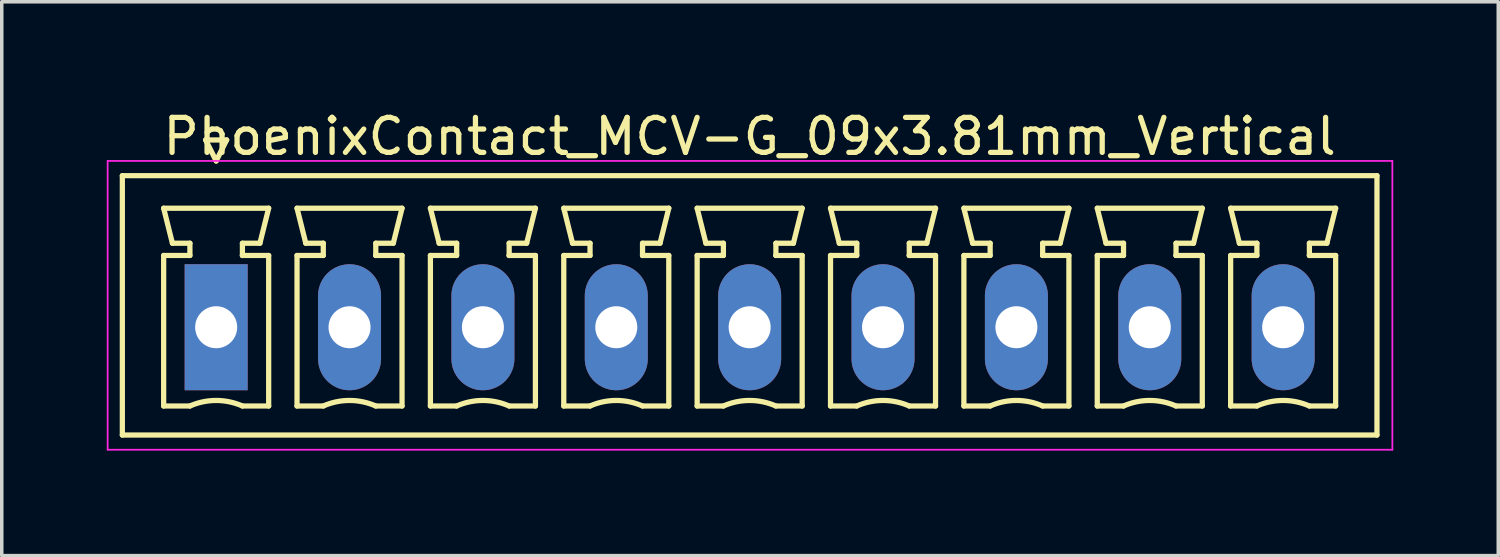
<source format=kicad_pcb>
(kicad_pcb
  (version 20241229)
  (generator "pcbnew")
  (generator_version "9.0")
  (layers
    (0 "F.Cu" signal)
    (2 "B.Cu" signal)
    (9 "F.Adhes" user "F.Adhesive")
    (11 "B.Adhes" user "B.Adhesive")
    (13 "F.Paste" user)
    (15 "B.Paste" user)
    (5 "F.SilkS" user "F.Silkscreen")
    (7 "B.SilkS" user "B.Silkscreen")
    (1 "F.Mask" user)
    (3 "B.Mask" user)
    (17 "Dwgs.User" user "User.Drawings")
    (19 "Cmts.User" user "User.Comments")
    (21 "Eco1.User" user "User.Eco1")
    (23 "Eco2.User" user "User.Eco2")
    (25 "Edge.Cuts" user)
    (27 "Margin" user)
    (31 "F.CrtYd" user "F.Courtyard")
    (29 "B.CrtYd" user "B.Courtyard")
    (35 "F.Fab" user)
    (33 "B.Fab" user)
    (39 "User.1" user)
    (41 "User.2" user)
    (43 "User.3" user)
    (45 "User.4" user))
  (footprint "PhoenixContact_MCV-G_09x3.81mm_Vertical"
    (layer "F.Cu")
    (at 3.125 6.298)
    (property "Reference" "PhoenixContact_MCV-G_09x3.81mm_Vertical" (at 15.24 -5.45 0) (layer "F.SilkS") (effects (font (size 1 1) (thickness 0.15))))
    (attr through_hole)
    (fp_line (start -2.68 -4.33) (end -2.68 3.08) (stroke (width 0.15) (type solid)) (layer "F.SilkS"))
    (fp_line (start -2.68 3.08) (end 33.16 3.08) (stroke (width 0.15) (type solid)) (layer "F.SilkS"))
    (fp_line (start -1.5 -3.4) (end 1.5 -3.4) (stroke (width 0.15) (type solid)) (layer "F.SilkS"))
    (fp_line (start -1.5 -2.05) (end -0.75 -2.05) (stroke (width 0.15) (type solid)) (layer "F.SilkS"))
    (fp_line (start -1.5 2.25) (end -1.5 -2.05) (stroke (width 0.15) (type solid)) (layer "F.SilkS"))
    (fp_line (start -1.25 -2.4) (end -1.5 -3.4) (stroke (width 0.15) (type solid)) (layer "F.SilkS"))
    (fp_line (start -0.75 -2.4) (end -1.25 -2.4) (stroke (width 0.15) (type solid)) (layer "F.SilkS"))
    (fp_line (start -0.75 -2.05) (end -0.75 -2.4) (stroke (width 0.15) (type solid)) (layer "F.SilkS"))
    (fp_line (start -0.75 2.25) (end -1.5 2.25) (stroke (width 0.15) (type solid)) (layer "F.SilkS"))
    (fp_line (start -0.3 -5.35) (end 0 -4.75) (stroke (width 0.15) (type solid)) (layer "F.SilkS"))
    (fp_line (start 0 -4.75) (end 0.3 -5.35) (stroke (width 0.15) (type solid)) (layer "F.SilkS"))
    (fp_line (start 0.3 -5.35) (end -0.3 -5.35) (stroke (width 0.15) (type solid)) (layer "F.SilkS"))
    (fp_line (start 0.75 -2.4) (end 0.75 -2.05) (stroke (width 0.15) (type solid)) (layer "F.SilkS"))
    (fp_line (start 0.75 -2.05) (end 0.75 -2.05) (stroke (width 0.15) (type solid)) (layer "F.SilkS"))
    (fp_line (start 0.75 -2.05) (end 1.5 -2.05) (stroke (width 0.15) (type solid)) (layer "F.SilkS"))
    (fp_line (start 1.25 -2.4) (end 0.75 -2.4) (stroke (width 0.15) (type solid)) (layer "F.SilkS"))
    (fp_line (start 1.5 -3.4) (end 1.25 -2.4) (stroke (width 0.15) (type solid)) (layer "F.SilkS"))
    (fp_line (start 1.5 -2.05) (end 1.5 2.25) (stroke (width 0.15) (type solid)) (layer "F.SilkS"))
    (fp_line (start 1.5 2.25) (end 0.75 2.25) (stroke (width 0.15) (type solid)) (layer "F.SilkS"))
    (fp_line (start 2.31 -3.4) (end 5.31 -3.4) (stroke (width 0.15) (type solid)) (layer "F.SilkS"))
    (fp_line (start 2.31 -2.05) (end 3.06 -2.05) (stroke (width 0.15) (type solid)) (layer "F.SilkS"))
    (fp_line (start 2.31 2.25) (end 2.31 -2.05) (stroke (width 0.15) (type solid)) (layer "F.SilkS"))
    (fp_line (start 2.56 -2.4) (end 2.31 -3.4) (stroke (width 0.15) (type solid)) (layer "F.SilkS"))
    (fp_line (start 3.06 -2.4) (end 2.56 -2.4) (stroke (width 0.15) (type solid)) (layer "F.SilkS"))
    (fp_line (start 3.06 -2.05) (end 3.06 -2.4) (stroke (width 0.15) (type solid)) (layer "F.SilkS"))
    (fp_line (start 3.06 2.25) (end 2.31 2.25) (stroke (width 0.15) (type solid)) (layer "F.SilkS"))
    (fp_line (start 4.56 -2.4) (end 4.56 -2.05) (stroke (width 0.15) (type solid)) (layer "F.SilkS"))
    (fp_line (start 4.56 -2.05) (end 4.56 -2.05) (stroke (width 0.15) (type solid)) (layer "F.SilkS"))
    (fp_line (start 4.56 -2.05) (end 5.31 -2.05) (stroke (width 0.15) (type solid)) (layer "F.SilkS"))
    (fp_line (start 5.06 -2.4) (end 4.56 -2.4) (stroke (width 0.15) (type solid)) (layer "F.SilkS"))
    (fp_line (start 5.31 -3.4) (end 5.06 -2.4) (stroke (width 0.15) (type solid)) (layer "F.SilkS"))
    (fp_line (start 5.31 -2.05) (end 5.31 2.25) (stroke (width 0.15) (type solid)) (layer "F.SilkS"))
    (fp_line (start 5.31 2.25) (end 4.56 2.25) (stroke (width 0.15) (type solid)) (layer "F.SilkS"))
    (fp_line (start 6.12 -3.4) (end 9.12 -3.4) (stroke (width 0.15) (type solid)) (layer "F.SilkS"))
    (fp_line (start 6.12 -2.05) (end 6.87 -2.05) (stroke (width 0.15) (type solid)) (layer "F.SilkS"))
    (fp_line (start 6.12 2.25) (end 6.12 -2.05) (stroke (width 0.15) (type solid)) (layer "F.SilkS"))
    (fp_line (start 6.37 -2.4) (end 6.12 -3.4) (stroke (width 0.15) (type solid)) (layer "F.SilkS"))
    (fp_line (start 6.87 -2.4) (end 6.37 -2.4) (stroke (width 0.15) (type solid)) (layer "F.SilkS"))
    (fp_line (start 6.87 -2.05) (end 6.87 -2.4) (stroke (width 0.15) (type solid)) (layer "F.SilkS"))
    (fp_line (start 6.87 2.25) (end 6.12 2.25) (stroke (width 0.15) (type solid)) (layer "F.SilkS"))
    (fp_line (start 8.37 -2.4) (end 8.37 -2.05) (stroke (width 0.15) (type solid)) (layer "F.SilkS"))
    (fp_line (start 8.37 -2.05) (end 8.37 -2.05) (stroke (width 0.15) (type solid)) (layer "F.SilkS"))
    (fp_line (start 8.37 -2.05) (end 9.12 -2.05) (stroke (width 0.15) (type solid)) (layer "F.SilkS"))
    (fp_line (start 8.87 -2.4) (end 8.37 -2.4) (stroke (width 0.15) (type solid)) (layer "F.SilkS"))
    (fp_line (start 9.12 -3.4) (end 8.87 -2.4) (stroke (width 0.15) (type solid)) (layer "F.SilkS"))
    (fp_line (start 9.12 -2.05) (end 9.12 2.25) (stroke (width 0.15) (type solid)) (layer "F.SilkS"))
    (fp_line (start 9.12 2.25) (end 8.37 2.25) (stroke (width 0.15) (type solid)) (layer "F.SilkS"))
    (fp_line (start 9.93 -3.4) (end 12.93 -3.4) (stroke (width 0.15) (type solid)) (layer "F.SilkS"))
    (fp_line (start 9.93 -2.05) (end 10.68 -2.05) (stroke (width 0.15) (type solid)) (layer "F.SilkS"))
    (fp_line (start 9.93 2.25) (end 9.93 -2.05) (stroke (width 0.15) (type solid)) (layer "F.SilkS"))
    (fp_line (start 10.18 -2.4) (end 9.93 -3.4) (stroke (width 0.15) (type solid)) (layer "F.SilkS"))
    (fp_line (start 10.68 -2.4) (end 10.18 -2.4) (stroke (width 0.15) (type solid)) (layer "F.SilkS"))
    (fp_line (start 10.68 -2.05) (end 10.68 -2.4) (stroke (width 0.15) (type solid)) (layer "F.SilkS"))
    (fp_line (start 10.68 2.25) (end 9.93 2.25) (stroke (width 0.15) (type solid)) (layer "F.SilkS"))
    (fp_line (start 12.18 -2.4) (end 12.18 -2.05) (stroke (width 0.15) (type solid)) (layer "F.SilkS"))
    (fp_line (start 12.18 -2.05) (end 12.18 -2.05) (stroke (width 0.15) (type solid)) (layer "F.SilkS"))
    (fp_line (start 12.18 -2.05) (end 12.93 -2.05) (stroke (width 0.15) (type solid)) (layer "F.SilkS"))
    (fp_line (start 12.68 -2.4) (end 12.18 -2.4) (stroke (width 0.15) (type solid)) (layer "F.SilkS"))
    (fp_line (start 12.93 -3.4) (end 12.68 -2.4) (stroke (width 0.15) (type solid)) (layer "F.SilkS"))
    (fp_line (start 12.93 -2.05) (end 12.93 2.25) (stroke (width 0.15) (type solid)) (layer "F.SilkS"))
    (fp_line (start 12.93 2.25) (end 12.18 2.25) (stroke (width 0.15) (type solid)) (layer "F.SilkS"))
    (fp_line (start 13.74 -3.4) (end 16.74 -3.4) (stroke (width 0.15) (type solid)) (layer "F.SilkS"))
    (fp_line (start 13.74 -2.05) (end 14.49 -2.05) (stroke (width 0.15) (type solid)) (layer "F.SilkS"))
    (fp_line (start 13.74 2.25) (end 13.74 -2.05) (stroke (width 0.15) (type solid)) (layer "F.SilkS"))
    (fp_line (start 13.99 -2.4) (end 13.74 -3.4) (stroke (width 0.15) (type solid)) (layer "F.SilkS"))
    (fp_line (start 14.49 -2.4) (end 13.99 -2.4) (stroke (width 0.15) (type solid)) (layer "F.SilkS"))
    (fp_line (start 14.49 -2.05) (end 14.49 -2.4) (stroke (width 0.15) (type solid)) (layer "F.SilkS"))
    (fp_line (start 14.49 2.25) (end 13.74 2.25) (stroke (width 0.15) (type solid)) (layer "F.SilkS"))
    (fp_line (start 15.99 -2.4) (end 15.99 -2.05) (stroke (width 0.15) (type solid)) (layer "F.SilkS"))
    (fp_line (start 15.99 -2.05) (end 15.99 -2.05) (stroke (width 0.15) (type solid)) (layer "F.SilkS"))
    (fp_line (start 15.99 -2.05) (end 16.74 -2.05) (stroke (width 0.15) (type solid)) (layer "F.SilkS"))
    (fp_line (start 16.49 -2.4) (end 15.99 -2.4) (stroke (width 0.15) (type solid)) (layer "F.SilkS"))
    (fp_line (start 16.74 -3.4) (end 16.49 -2.4) (stroke (width 0.15) (type solid)) (layer "F.SilkS"))
    (fp_line (start 16.74 -2.05) (end 16.74 2.25) (stroke (width 0.15) (type solid)) (layer "F.SilkS"))
    (fp_line (start 16.74 2.25) (end 15.99 2.25) (stroke (width 0.15) (type solid)) (layer "F.SilkS"))
    (fp_line (start 17.55 -3.4) (end 20.55 -3.4) (stroke (width 0.15) (type solid)) (layer "F.SilkS"))
    (fp_line (start 17.55 -2.05) (end 18.3 -2.05) (stroke (width 0.15) (type solid)) (layer "F.SilkS"))
    (fp_line (start 17.55 2.25) (end 17.55 -2.05) (stroke (width 0.15) (type solid)) (layer "F.SilkS"))
    (fp_line (start 17.8 -2.4) (end 17.55 -3.4) (stroke (width 0.15) (type solid)) (layer "F.SilkS"))
    (fp_line (start 18.3 -2.4) (end 17.8 -2.4) (stroke (width 0.15) (type solid)) (layer "F.SilkS"))
    (fp_line (start 18.3 -2.05) (end 18.3 -2.4) (stroke (width 0.15) (type solid)) (layer "F.SilkS"))
    (fp_line (start 18.3 2.25) (end 17.55 2.25) (stroke (width 0.15) (type solid)) (layer "F.SilkS"))
    (fp_line (start 19.8 -2.4) (end 19.8 -2.05) (stroke (width 0.15) (type solid)) (layer "F.SilkS"))
    (fp_line (start 19.8 -2.05) (end 19.8 -2.05) (stroke (width 0.15) (type solid)) (layer "F.SilkS"))
    (fp_line (start 19.8 -2.05) (end 20.55 -2.05) (stroke (width 0.15) (type solid)) (layer "F.SilkS"))
    (fp_line (start 20.3 -2.4) (end 19.8 -2.4) (stroke (width 0.15) (type solid)) (layer "F.SilkS"))
    (fp_line (start 20.55 -3.4) (end 20.3 -2.4) (stroke (width 0.15) (type solid)) (layer "F.SilkS"))
    (fp_line (start 20.55 -2.05) (end 20.55 2.25) (stroke (width 0.15) (type solid)) (layer "F.SilkS"))
    (fp_line (start 20.55 2.25) (end 19.8 2.25) (stroke (width 0.15) (type solid)) (layer "F.SilkS"))
    (fp_line (start 21.36 -3.4) (end 24.36 -3.4) (stroke (width 0.15) (type solid)) (layer "F.SilkS"))
    (fp_line (start 21.36 -2.05) (end 22.11 -2.05) (stroke (width 0.15) (type solid)) (layer "F.SilkS"))
    (fp_line (start 21.36 2.25) (end 21.36 -2.05) (stroke (width 0.15) (type solid)) (layer "F.SilkS"))
    (fp_line (start 21.61 -2.4) (end 21.36 -3.4) (stroke (width 0.15) (type solid)) (layer "F.SilkS"))
    (fp_line (start 22.11 -2.4) (end 21.61 -2.4) (stroke (width 0.15) (type solid)) (layer "F.SilkS"))
    (fp_line (start 22.11 -2.05) (end 22.11 -2.4) (stroke (width 0.15) (type solid)) (layer "F.SilkS"))
    (fp_line (start 22.11 2.25) (end 21.36 2.25) (stroke (width 0.15) (type solid)) (layer "F.SilkS"))
    (fp_line (start 23.61 -2.4) (end 23.61 -2.05) (stroke (width 0.15) (type solid)) (layer "F.SilkS"))
    (fp_line (start 23.61 -2.05) (end 23.61 -2.05) (stroke (width 0.15) (type solid)) (layer "F.SilkS"))
    (fp_line (start 23.61 -2.05) (end 24.36 -2.05) (stroke (width 0.15) (type solid)) (layer "F.SilkS"))
    (fp_line (start 24.11 -2.4) (end 23.61 -2.4) (stroke (width 0.15) (type solid)) (layer "F.SilkS"))
    (fp_line (start 24.36 -3.4) (end 24.11 -2.4) (stroke (width 0.15) (type solid)) (layer "F.SilkS"))
    (fp_line (start 24.36 -2.05) (end 24.36 2.25) (stroke (width 0.15) (type solid)) (layer "F.SilkS"))
    (fp_line (start 24.36 2.25) (end 23.61 2.25) (stroke (width 0.15) (type solid)) (layer "F.SilkS"))
    (fp_line (start 25.17 -3.4) (end 28.17 -3.4) (stroke (width 0.15) (type solid)) (layer "F.SilkS"))
    (fp_line (start 25.17 -2.05) (end 25.92 -2.05) (stroke (width 0.15) (type solid)) (layer "F.SilkS"))
    (fp_line (start 25.17 2.25) (end 25.17 -2.05) (stroke (width 0.15) (type solid)) (layer "F.SilkS"))
    (fp_line (start 25.42 -2.4) (end 25.17 -3.4) (stroke (width 0.15) (type solid)) (layer "F.SilkS"))
    (fp_line (start 25.92 -2.4) (end 25.42 -2.4) (stroke (width 0.15) (type solid)) (layer "F.SilkS"))
    (fp_line (start 25.92 -2.05) (end 25.92 -2.4) (stroke (width 0.15) (type solid)) (layer "F.SilkS"))
    (fp_line (start 25.92 2.25) (end 25.17 2.25) (stroke (width 0.15) (type solid)) (layer "F.SilkS"))
    (fp_line (start 27.42 -2.4) (end 27.42 -2.05) (stroke (width 0.15) (type solid)) (layer "F.SilkS"))
    (fp_line (start 27.42 -2.05) (end 27.42 -2.05) (stroke (width 0.15) (type solid)) (layer "F.SilkS"))
    (fp_line (start 27.42 -2.05) (end 28.17 -2.05) (stroke (width 0.15) (type solid)) (layer "F.SilkS"))
    (fp_line (start 27.92 -2.4) (end 27.42 -2.4) (stroke (width 0.15) (type solid)) (layer "F.SilkS"))
    (fp_line (start 28.17 -3.4) (end 27.92 -2.4) (stroke (width 0.15) (type solid)) (layer "F.SilkS"))
    (fp_line (start 28.17 -2.05) (end 28.17 2.25) (stroke (width 0.15) (type solid)) (layer "F.SilkS"))
    (fp_line (start 28.17 2.25) (end 27.42 2.25) (stroke (width 0.15) (type solid)) (layer "F.SilkS"))
    (fp_line (start 28.98 -3.4) (end 31.98 -3.4) (stroke (width 0.15) (type solid)) (layer "F.SilkS"))
    (fp_line (start 28.98 -2.05) (end 29.73 -2.05) (stroke (width 0.15) (type solid)) (layer "F.SilkS"))
    (fp_line (start 28.98 2.25) (end 28.98 -2.05) (stroke (width 0.15) (type solid)) (layer "F.SilkS"))
    (fp_line (start 29.23 -2.4) (end 28.98 -3.4) (stroke (width 0.15) (type solid)) (layer "F.SilkS"))
    (fp_line (start 29.73 -2.4) (end 29.23 -2.4) (stroke (width 0.15) (type solid)) (layer "F.SilkS"))
    (fp_line (start 29.73 -2.05) (end 29.73 -2.4) (stroke (width 0.15) (type solid)) (layer "F.SilkS"))
    (fp_line (start 29.73 2.25) (end 28.98 2.25) (stroke (width 0.15) (type solid)) (layer "F.SilkS"))
    (fp_line (start 31.23 -2.4) (end 31.23 -2.05) (stroke (width 0.15) (type solid)) (layer "F.SilkS"))
    (fp_line (start 31.23 -2.05) (end 31.23 -2.05) (stroke (width 0.15) (type solid)) (layer "F.SilkS"))
    (fp_line (start 31.23 -2.05) (end 31.98 -2.05) (stroke (width 0.15) (type solid)) (layer "F.SilkS"))
    (fp_line (start 31.73 -2.4) (end 31.23 -2.4) (stroke (width 0.15) (type solid)) (layer "F.SilkS"))
    (fp_line (start 31.98 -3.4) (end 31.73 -2.4) (stroke (width 0.15) (type solid)) (layer "F.SilkS"))
    (fp_line (start 31.98 -2.05) (end 31.98 2.25) (stroke (width 0.15) (type solid)) (layer "F.SilkS"))
    (fp_line (start 31.98 2.25) (end 31.23 2.25) (stroke (width 0.15) (type solid)) (layer "F.SilkS"))
    (fp_line (start 33.16 -4.33) (end -2.68 -4.33) (stroke (width 0.15) (type solid)) (layer "F.SilkS"))
    (fp_line (start 33.16 3.08) (end 33.16 -4.33) (stroke (width 0.15) (type solid)) (layer "F.SilkS"))
    (fp_arc (start -0.75 2.25) (mid -0.000193 2.09191) (end 0.749647 2.249844) (stroke (width 0.15) (type solid)) (layer "F.SilkS"))
    (fp_arc (start 3.06 2.25) (mid 3.809807 2.09191) (end 4.559647 2.249844) (stroke (width 0.15) (type solid)) (layer "F.SilkS"))
    (fp_arc (start 6.87 2.25) (mid 7.619807 2.09191) (end 8.369647 2.249844) (stroke (width 0.15) (type solid)) (layer "F.SilkS"))
    (fp_arc (start 10.68 2.25) (mid 11.429807 2.09191) (end 12.179647 2.249844) (stroke (width 0.15) (type solid)) (layer "F.SilkS"))
    (fp_arc (start 14.49 2.25) (mid 15.239807 2.09191) (end 15.989647 2.249844) (stroke (width 0.15) (type solid)) (layer "F.SilkS"))
    (fp_arc (start 18.3 2.25) (mid 19.049807 2.09191) (end 19.799647 2.249844) (stroke (width 0.15) (type solid)) (layer "F.SilkS"))
    (fp_arc (start 22.11 2.25) (mid 22.859807 2.09191) (end 23.609647 2.249844) (stroke (width 0.15) (type solid)) (layer "F.SilkS"))
    (fp_arc (start 25.92 2.25) (mid 26.669807 2.09191) (end 27.419647 2.249844) (stroke (width 0.15) (type solid)) (layer "F.SilkS"))
    (fp_arc (start 29.73 2.25) (mid 30.479807 2.09191) (end 31.229647 2.249844) (stroke (width 0.15) (type solid)) (layer "F.SilkS"))
    (fp_line (start -3.1 -4.75) (end -3.1 3.5) (stroke (width 0.05) (type solid)) (layer "F.CrtYd"))
    (fp_line (start -3.1 3.5) (end 33.6 3.5) (stroke (width 0.05) (type solid)) (layer "F.CrtYd"))
    (fp_line (start 33.6 -4.75) (end -3.1 -4.75) (stroke (width 0.05) (type solid)) (layer "F.CrtYd"))
    (fp_line (start 33.6 3.5) (end 33.6 -4.75) (stroke (width 0.05) (type solid)) (layer "F.CrtYd"))
    (pad "1" thru_hole rect (at 0 0) (size 1.8 3.6) (drill 1.2) (layers "*.Cu" "*.Mask"))
    (pad "2" thru_hole oval (at 3.81 0) (size 1.8 3.6) (drill 1.2) (layers "*.Cu" "*.Mask"))
    (pad "3" thru_hole oval (at 7.62 0) (size 1.8 3.6) (drill 1.2) (layers "*.Cu" "*.Mask"))
    (pad "4" thru_hole oval (at 11.43 0) (size 1.8 3.6) (drill 1.2) (layers "*.Cu" "*.Mask"))
    (pad "5" thru_hole oval (at 15.24 0) (size 1.8 3.6) (drill 1.2) (layers "*.Cu" "*.Mask"))
    (pad "6" thru_hole oval (at 19.05 0) (size 1.8 3.6) (drill 1.2) (layers "*.Cu" "*.Mask"))
    (pad "7" thru_hole oval (at 22.86 0) (size 1.8 3.6) (drill 1.2) (layers "*.Cu" "*.Mask"))
    (pad "8" thru_hole oval (at 26.67 0) (size 1.8 3.6) (drill 1.2) (layers "*.Cu" "*.Mask"))
    (pad "9" thru_hole oval (at 30.48 0) (size 1.8 3.6) (drill 1.2) (layers "*.Cu" "*.Mask")))
  (gr_rect
    (start -3 -3)
    (end 39.75 12.823)
    (stroke (width 0.1) (type default))
    (fill no)
    (layer "Edge.Cuts")))
</source>
